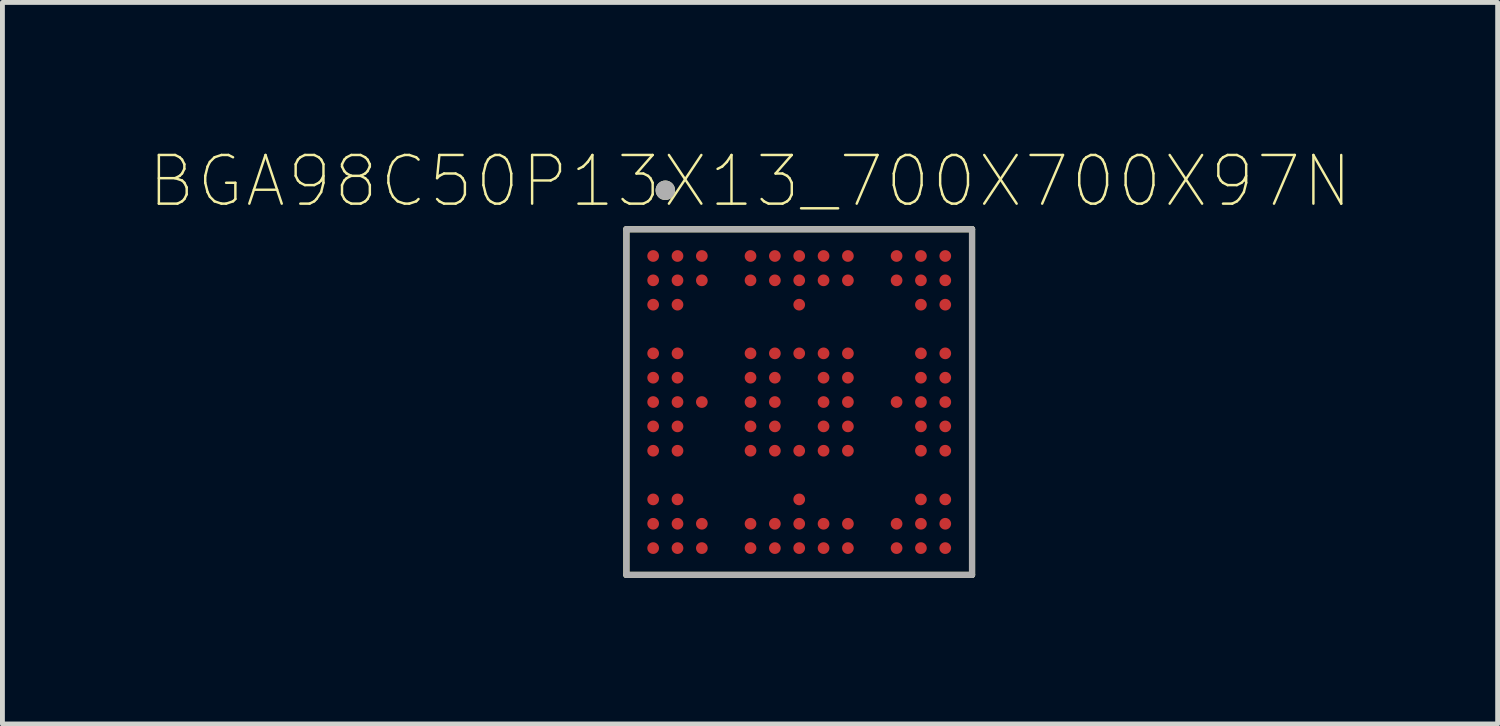
<source format=kicad_pcb>
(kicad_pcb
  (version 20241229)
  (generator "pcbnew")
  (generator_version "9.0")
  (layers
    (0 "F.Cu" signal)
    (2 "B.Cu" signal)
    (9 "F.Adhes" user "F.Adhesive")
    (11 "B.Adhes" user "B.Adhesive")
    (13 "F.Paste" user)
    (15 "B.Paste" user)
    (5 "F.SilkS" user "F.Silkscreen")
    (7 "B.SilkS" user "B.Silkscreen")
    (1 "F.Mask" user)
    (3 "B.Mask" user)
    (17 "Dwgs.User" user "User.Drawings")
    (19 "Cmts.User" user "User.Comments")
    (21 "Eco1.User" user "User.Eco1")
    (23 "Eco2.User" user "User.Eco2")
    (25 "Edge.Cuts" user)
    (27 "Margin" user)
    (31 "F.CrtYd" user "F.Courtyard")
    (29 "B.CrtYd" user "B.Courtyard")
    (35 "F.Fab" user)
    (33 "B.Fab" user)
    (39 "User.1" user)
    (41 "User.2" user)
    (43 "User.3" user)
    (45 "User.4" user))
  (footprint "BGA98C50P13X13_700X700X97N"
    (layer "F.Cu")
    (at 13.366 5.208)
    (property "Reference" "BGA98C50P13X13_700X700X97N" (at -1.01 -4.535 0) (layer "F.SilkS") (effects (font (size 1 1) (thickness 0.05))))
    (attr smd)
    (fp_line (start -3.55 -3.55) (end 3.55 -3.55) (stroke (width 0.127) (type solid)) (layer "F.SilkS"))
    (fp_line (start -3.55 3.55) (end -3.55 -3.55) (stroke (width 0.127) (type solid)) (layer "F.SilkS"))
    (fp_line (start 3.55 -3.55) (end 3.55 3.55) (stroke (width 0.127) (type solid)) (layer "F.SilkS"))
    (fp_line (start 3.55 3.55) (end -3.55 3.55) (stroke (width 0.127) (type solid)) (layer "F.SilkS"))
    (fp_circle (center -2.75 -4.35) (end -2.65 -4.35) (stroke (width 0.2) (type solid)) (fill no) (layer "F.SilkS"))
    (fp_line (start -3.55 -3.55) (end 3.55 -3.55) (stroke (width 0.127) (type solid)) (layer "F.Fab"))
    (fp_line (start -3.55 3.55) (end -3.55 -3.55) (stroke (width 0.127) (type solid)) (layer "F.Fab"))
    (fp_line (start 3.55 -3.55) (end 3.55 3.55) (stroke (width 0.127) (type solid)) (layer "F.Fab"))
    (fp_line (start 3.55 3.55) (end -3.55 3.55) (stroke (width 0.127) (type solid)) (layer "F.Fab"))
    (fp_circle (center -2.75 -4.35) (end -2.65 -4.35) (stroke (width 0.2) (type solid)) (fill no) (layer "F.Fab"))
    (pad "A1" smd circle (at -3 -3) (size 0.24 0.24) (layers "F.Cu" "F.Mask" "F.Paste"))
    (pad "A2" smd circle (at -2.5 -3) (size 0.24 0.24) (layers "F.Cu" "F.Mask" "F.Paste"))
    (pad "A3" smd circle (at -2 -3) (size 0.24 0.24) (layers "F.Cu" "F.Mask" "F.Paste"))
    (pad "A5" smd circle (at -1 -3) (size 0.24 0.24) (layers "F.Cu" "F.Mask" "F.Paste"))
    (pad "A6" smd circle (at -0.5 -3) (size 0.24 0.24) (layers "F.Cu" "F.Mask" "F.Paste"))
    (pad "A7" smd circle (at 0 -3) (size 0.24 0.24) (layers "F.Cu" "F.Mask" "F.Paste"))
    (pad "A8" smd circle (at 0.5 -3) (size 0.24 0.24) (layers "F.Cu" "F.Mask" "F.Paste"))
    (pad "A9" smd circle (at 1 -3) (size 0.24 0.24) (layers "F.Cu" "F.Mask" "F.Paste"))
    (pad "A11" smd circle (at 2 -3) (size 0.24 0.24) (layers "F.Cu" "F.Mask" "F.Paste"))
    (pad "A12" smd circle (at 2.5 -3) (size 0.24 0.24) (layers "F.Cu" "F.Mask" "F.Paste"))
    (pad "A13" smd circle (at 3 -3) (size 0.24 0.24) (layers "F.Cu" "F.Mask" "F.Paste"))
    (pad "B1" smd circle (at -3 -2.5) (size 0.24 0.24) (layers "F.Cu" "F.Mask" "F.Paste"))
    (pad "B2" smd circle (at -2.5 -2.5) (size 0.24 0.24) (layers "F.Cu" "F.Mask" "F.Paste"))
    (pad "B3" smd circle (at -2 -2.5) (size 0.24 0.24) (layers "F.Cu" "F.Mask" "F.Paste"))
    (pad "B5" smd circle (at -1 -2.5) (size 0.24 0.24) (layers "F.Cu" "F.Mask" "F.Paste"))
    (pad "B6" smd circle (at -0.5 -2.5) (size 0.24 0.24) (layers "F.Cu" "F.Mask" "F.Paste"))
    (pad "B7" smd circle (at 0 -2.5) (size 0.24 0.24) (layers "F.Cu" "F.Mask" "F.Paste"))
    (pad "B8" smd circle (at 0.5 -2.5) (size 0.24 0.24) (layers "F.Cu" "F.Mask" "F.Paste"))
    (pad "B9" smd circle (at 1 -2.5) (size 0.24 0.24) (layers "F.Cu" "F.Mask" "F.Paste"))
    (pad "B11" smd circle (at 2 -2.5) (size 0.24 0.24) (layers "F.Cu" "F.Mask" "F.Paste"))
    (pad "B12" smd circle (at 2.5 -2.5) (size 0.24 0.24) (layers "F.Cu" "F.Mask" "F.Paste"))
    (pad "B13" smd circle (at 3 -2.5) (size 0.24 0.24) (layers "F.Cu" "F.Mask" "F.Paste"))
    (pad "C1" smd circle (at -3 -2) (size 0.24 0.24) (layers "F.Cu" "F.Mask" "F.Paste"))
    (pad "C2" smd circle (at -2.5 -2) (size 0.24 0.24) (layers "F.Cu" "F.Mask" "F.Paste"))
    (pad "C7" smd circle (at 0 -2) (size 0.24 0.24) (layers "F.Cu" "F.Mask" "F.Paste"))
    (pad "C12" smd circle (at 2.5 -2) (size 0.24 0.24) (layers "F.Cu" "F.Mask" "F.Paste"))
    (pad "C13" smd circle (at 3 -2) (size 0.24 0.24) (layers "F.Cu" "F.Mask" "F.Paste"))
    (pad "E1" smd circle (at -3 -1) (size 0.24 0.24) (layers "F.Cu" "F.Mask" "F.Paste"))
    (pad "E2" smd circle (at -2.5 -1) (size 0.24 0.24) (layers "F.Cu" "F.Mask" "F.Paste"))
    (pad "E5" smd circle (at -1 -1) (size 0.24 0.24) (layers "F.Cu" "F.Mask" "F.Paste"))
    (pad "E6" smd circle (at -0.5 -1) (size 0.24 0.24) (layers "F.Cu" "F.Mask" "F.Paste"))
    (pad "E7" smd circle (at 0 -1) (size 0.24 0.24) (layers "F.Cu" "F.Mask" "F.Paste"))
    (pad "E8" smd circle (at 0.5 -1) (size 0.24 0.24) (layers "F.Cu" "F.Mask" "F.Paste"))
    (pad "E9" smd circle (at 1 -1) (size 0.24 0.24) (layers "F.Cu" "F.Mask" "F.Paste"))
    (pad "E12" smd circle (at 2.5 -1) (size 0.24 0.24) (layers "F.Cu" "F.Mask" "F.Paste"))
    (pad "E13" smd circle (at 3 -1) (size 0.24 0.24) (layers "F.Cu" "F.Mask" "F.Paste"))
    (pad "F1" smd circle (at -3 -0.5) (size 0.24 0.24) (layers "F.Cu" "F.Mask" "F.Paste"))
    (pad "F2" smd circle (at -2.5 -0.5) (size 0.24 0.24) (layers "F.Cu" "F.Mask" "F.Paste"))
    (pad "F5" smd circle (at -1 -0.5) (size 0.24 0.24) (layers "F.Cu" "F.Mask" "F.Paste"))
    (pad "F6" smd circle (at -0.5 -0.5) (size 0.24 0.24) (layers "F.Cu" "F.Mask" "F.Paste"))
    (pad "F8" smd circle (at 0.5 -0.5) (size 0.24 0.24) (layers "F.Cu" "F.Mask" "F.Paste"))
    (pad "F9" smd circle (at 1 -0.5) (size 0.24 0.24) (layers "F.Cu" "F.Mask" "F.Paste"))
    (pad "F12" smd circle (at 2.5 -0.5) (size 0.24 0.24) (layers "F.Cu" "F.Mask" "F.Paste"))
    (pad "F13" smd circle (at 3 -0.5) (size 0.24 0.24) (layers "F.Cu" "F.Mask" "F.Paste"))
    (pad "G1" smd circle (at -3 0) (size 0.24 0.24) (layers "F.Cu" "F.Mask" "F.Paste"))
    (pad "G2" smd circle (at -2.5 0) (size 0.24 0.24) (layers "F.Cu" "F.Mask" "F.Paste"))
    (pad "G3" smd circle (at -2 0) (size 0.24 0.24) (layers "F.Cu" "F.Mask" "F.Paste"))
    (pad "G5" smd circle (at -1 0) (size 0.24 0.24) (layers "F.Cu" "F.Mask" "F.Paste"))
    (pad "G6" smd circle (at -0.5 0) (size 0.24 0.24) (layers "F.Cu" "F.Mask" "F.Paste"))
    (pad "G8" smd circle (at 0.5 0) (size 0.24 0.24) (layers "F.Cu" "F.Mask" "F.Paste"))
    (pad "G9" smd circle (at 1 0) (size 0.24 0.24) (layers "F.Cu" "F.Mask" "F.Paste"))
    (pad "G11" smd circle (at 2 0) (size 0.24 0.24) (layers "F.Cu" "F.Mask" "F.Paste"))
    (pad "G12" smd circle (at 2.5 0) (size 0.24 0.24) (layers "F.Cu" "F.Mask" "F.Paste"))
    (pad "G13" smd circle (at 3 0) (size 0.24 0.24) (layers "F.Cu" "F.Mask" "F.Paste"))
    (pad "H1" smd circle (at -3 0.5) (size 0.24 0.24) (layers "F.Cu" "F.Mask" "F.Paste"))
    (pad "H2" smd circle (at -2.5 0.5) (size 0.24 0.24) (layers "F.Cu" "F.Mask" "F.Paste"))
    (pad "H5" smd circle (at -1 0.5) (size 0.24 0.24) (layers "F.Cu" "F.Mask" "F.Paste"))
    (pad "H6" smd circle (at -0.5 0.5) (size 0.24 0.24) (layers "F.Cu" "F.Mask" "F.Paste"))
    (pad "H8" smd circle (at 0.5 0.5) (size 0.24 0.24) (layers "F.Cu" "F.Mask" "F.Paste"))
    (pad "H9" smd circle (at 1 0.5) (size 0.24 0.24) (layers "F.Cu" "F.Mask" "F.Paste"))
    (pad "H12" smd circle (at 2.5 0.5) (size 0.24 0.24) (layers "F.Cu" "F.Mask" "F.Paste"))
    (pad "H13" smd circle (at 3 0.5) (size 0.24 0.24) (layers "F.Cu" "F.Mask" "F.Paste"))
    (pad "J1" smd circle (at -3 1) (size 0.24 0.24) (layers "F.Cu" "F.Mask" "F.Paste"))
    (pad "J2" smd circle (at -2.5 1) (size 0.24 0.24) (layers "F.Cu" "F.Mask" "F.Paste"))
    (pad "J5" smd circle (at -1 1) (size 0.24 0.24) (layers "F.Cu" "F.Mask" "F.Paste"))
    (pad "J6" smd circle (at -0.5 1) (size 0.24 0.24) (layers "F.Cu" "F.Mask" "F.Paste"))
    (pad "J7" smd circle (at 0 1) (size 0.24 0.24) (layers "F.Cu" "F.Mask" "F.Paste"))
    (pad "J8" smd circle (at 0.5 1) (size 0.24 0.24) (layers "F.Cu" "F.Mask" "F.Paste"))
    (pad "J9" smd circle (at 1 1) (size 0.24 0.24) (layers "F.Cu" "F.Mask" "F.Paste"))
    (pad "J12" smd circle (at 2.5 1) (size 0.24 0.24) (layers "F.Cu" "F.Mask" "F.Paste"))
    (pad "J13" smd circle (at 3 1) (size 0.24 0.24) (layers "F.Cu" "F.Mask" "F.Paste"))
    (pad "L1" smd circle (at -3 2) (size 0.24 0.24) (layers "F.Cu" "F.Mask" "F.Paste"))
    (pad "L2" smd circle (at -2.5 2) (size 0.24 0.24) (layers "F.Cu" "F.Mask" "F.Paste"))
    (pad "L7" smd circle (at 0 2) (size 0.24 0.24) (layers "F.Cu" "F.Mask" "F.Paste"))
    (pad "L12" smd circle (at 2.5 2) (size 0.24 0.24) (layers "F.Cu" "F.Mask" "F.Paste"))
    (pad "L13" smd circle (at 3 2) (size 0.24 0.24) (layers "F.Cu" "F.Mask" "F.Paste"))
    (pad "M1" smd circle (at -3 2.5) (size 0.24 0.24) (layers "F.Cu" "F.Mask" "F.Paste"))
    (pad "M2" smd circle (at -2.5 2.5) (size 0.24 0.24) (layers "F.Cu" "F.Mask" "F.Paste"))
    (pad "M3" smd circle (at -2 2.5) (size 0.24 0.24) (layers "F.Cu" "F.Mask" "F.Paste"))
    (pad "M5" smd circle (at -1 2.5) (size 0.24 0.24) (layers "F.Cu" "F.Mask" "F.Paste"))
    (pad "M6" smd circle (at -0.5 2.5) (size 0.24 0.24) (layers "F.Cu" "F.Mask" "F.Paste"))
    (pad "M7" smd circle (at 0 2.5) (size 0.24 0.24) (layers "F.Cu" "F.Mask" "F.Paste"))
    (pad "M8" smd circle (at 0.5 2.5) (size 0.24 0.24) (layers "F.Cu" "F.Mask" "F.Paste"))
    (pad "M9" smd circle (at 1 2.5) (size 0.24 0.24) (layers "F.Cu" "F.Mask" "F.Paste"))
    (pad "M11" smd circle (at 2 2.5) (size 0.24 0.24) (layers "F.Cu" "F.Mask" "F.Paste"))
    (pad "M12" smd circle (at 2.5 2.5) (size 0.24 0.24) (layers "F.Cu" "F.Mask" "F.Paste"))
    (pad "M13" smd circle (at 3 2.5) (size 0.24 0.24) (layers "F.Cu" "F.Mask" "F.Paste"))
    (pad "N1" smd circle (at -3 3) (size 0.24 0.24) (layers "F.Cu" "F.Mask" "F.Paste"))
    (pad "N2" smd circle (at -2.5 3) (size 0.24 0.24) (layers "F.Cu" "F.Mask" "F.Paste"))
    (pad "N3" smd circle (at -2 3) (size 0.24 0.24) (layers "F.Cu" "F.Mask" "F.Paste"))
    (pad "N5" smd circle (at -1 3) (size 0.24 0.24) (layers "F.Cu" "F.Mask" "F.Paste"))
    (pad "N6" smd circle (at -0.5 3) (size 0.24 0.24) (layers "F.Cu" "F.Mask" "F.Paste"))
    (pad "N7" smd circle (at 0 3) (size 0.24 0.24) (layers "F.Cu" "F.Mask" "F.Paste"))
    (pad "N8" smd circle (at 0.5 3) (size 0.24 0.24) (layers "F.Cu" "F.Mask" "F.Paste"))
    (pad "N9" smd circle (at 1 3) (size 0.24 0.24) (layers "F.Cu" "F.Mask" "F.Paste"))
    (pad "N11" smd circle (at 2 3) (size 0.24 0.24) (layers "F.Cu" "F.Mask" "F.Paste"))
    (pad "N12" smd circle (at 2.5 3) (size 0.24 0.24) (layers "F.Cu" "F.Mask" "F.Paste"))
    (pad "N13" smd circle (at 3 3) (size 0.24 0.24) (layers "F.Cu" "F.Mask" "F.Paste")))
  (gr_rect
    (start -3 -3)
    (end 27.712 11.821)
    (stroke (width 0.1) (type default))
    (fill no)
    (layer "Edge.Cuts")))
</source>
